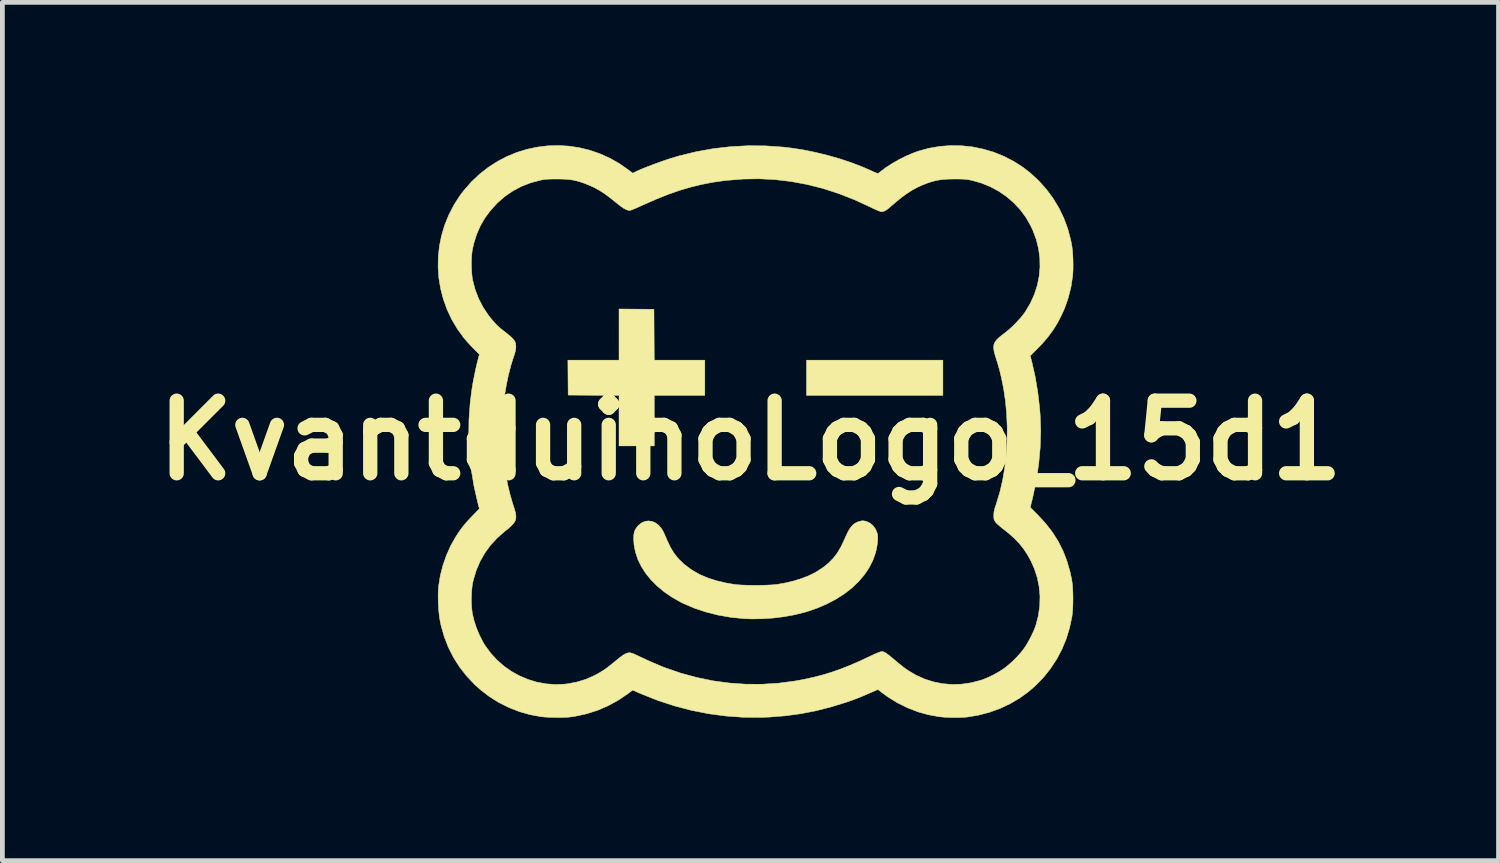
<source format=kicad_pcb>
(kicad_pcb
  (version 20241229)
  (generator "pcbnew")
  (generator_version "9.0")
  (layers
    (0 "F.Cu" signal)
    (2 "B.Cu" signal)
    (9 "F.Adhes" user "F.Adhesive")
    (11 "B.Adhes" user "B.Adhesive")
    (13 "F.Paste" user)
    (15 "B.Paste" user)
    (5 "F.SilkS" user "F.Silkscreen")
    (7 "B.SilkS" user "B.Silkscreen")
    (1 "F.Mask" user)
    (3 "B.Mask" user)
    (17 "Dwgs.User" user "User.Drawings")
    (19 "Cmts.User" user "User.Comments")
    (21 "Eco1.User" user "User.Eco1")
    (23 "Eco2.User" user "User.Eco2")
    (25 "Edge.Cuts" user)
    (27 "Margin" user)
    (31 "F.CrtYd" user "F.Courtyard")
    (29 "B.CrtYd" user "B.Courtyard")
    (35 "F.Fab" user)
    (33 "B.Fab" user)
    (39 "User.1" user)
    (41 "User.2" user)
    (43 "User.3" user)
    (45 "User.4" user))
  (footprint "KvantduinoLogo_15d1"
    (layer "F.Cu")
    (at 12.707 6.198)
    (property "Reference" "KvantduinoLogo_15d1" (at 0 0 0) (layer "F.SilkS") (effects (font (size 1.524 1.524) (thickness 0.3))))
    (attr through_hole)
    (fp_poly (pts (xy 4.041 -0.947) (xy 1.178 -0.947) (xy 1.178 -1.686) (xy 4.041 -1.686) (xy 4.041 -0.947)) (stroke (width 0.01) (type solid)) (fill yes) (layer "F.SilkS"))
    (fp_poly (pts (xy -2.393 -2.757) (xy -2.026 -2.754) (xy -2.023 -2.22) (xy -2.02 -1.686) (xy -0.958 -1.686) (xy -0.958 -0.947) (xy -2.02 -0.947) (xy -2.02 0.115) (xy -2.759 0.115) (xy -2.759 -0.946) (xy -3.293 -0.949) (xy -3.827 -0.953) (xy -3.83 -1.319) (xy -3.833 -1.686) (xy -2.759 -1.686) (xy -2.759 -2.76) (xy -2.393 -2.757)) (stroke (width 0.01) (type solid)) (fill yes) (layer "F.SilkS"))
    (fp_poly (pts (xy 2.405 1.693) (xy 2.447 1.705) (xy 2.516 1.739) (xy 2.576 1.792) (xy 2.625 1.859) (xy 2.659 1.939) (xy 2.667 1.97) (xy 2.673 2.021) (xy 2.672 2.087) (xy 2.665 2.163) (xy 2.653 2.245) (xy 2.636 2.324) (xy 2.625 2.364) (xy 2.567 2.526) (xy 2.487 2.681) (xy 2.386 2.828) (xy 2.266 2.968) (xy 2.128 3.099) (xy 1.972 3.22) (xy 1.799 3.331) (xy 1.611 3.43) (xy 1.408 3.518) (xy 1.192 3.593) (xy 1.124 3.612) (xy 0.921 3.662) (xy 0.703 3.701) (xy 0.478 3.729) (xy 0.252 3.744) (xy 0.03 3.748) (xy -0.145 3.741) (xy -0.417 3.713) (xy -0.68 3.667) (xy -0.933 3.603) (xy -1.174 3.523) (xy -1.4 3.427) (xy -1.468 3.393) (xy -1.648 3.291) (xy -1.812 3.178) (xy -1.959 3.056) (xy -2.089 2.926) (xy -2.2 2.788) (xy -2.292 2.644) (xy -2.364 2.496) (xy -2.415 2.343) (xy -2.444 2.187) (xy -2.452 2.061) (xy -2.449 1.982) (xy -2.437 1.919) (xy -2.415 1.866) (xy -2.38 1.816) (xy -2.345 1.778) (xy -2.281 1.728) (xy -2.211 1.698) (xy -2.138 1.69) (xy -2.065 1.7) (xy -1.995 1.73) (xy -1.93 1.779) (xy -1.872 1.845) (xy -1.833 1.909) (xy -1.813 1.951) (xy -1.789 2.006) (xy -1.763 2.065) (xy -1.749 2.098) (xy -1.679 2.245) (xy -1.599 2.376) (xy -1.504 2.493) (xy -1.393 2.599) (xy -1.262 2.698) (xy -1.214 2.73) (xy -1.066 2.814) (xy -0.898 2.886) (xy -0.712 2.946) (xy -0.509 2.994) (xy -0.352 3.021) (xy -0.278 3.03) (xy -0.186 3.036) (xy -0.081 3.04) (xy 0.032 3.042) (xy 0.149 3.043) (xy 0.264 3.041) (xy 0.372 3.037) (xy 0.469 3.032) (xy 0.55 3.024) (xy 0.572 3.021) (xy 0.743 2.99) (xy 0.91 2.95) (xy 1.069 2.901) (xy 1.214 2.845) (xy 1.343 2.783) (xy 1.385 2.759) (xy 1.522 2.67) (xy 1.639 2.576) (xy 1.739 2.474) (xy 1.827 2.359) (xy 1.903 2.23) (xy 1.973 2.081) (xy 1.974 2.08) (xy 2.019 1.978) (xy 2.06 1.896) (xy 2.101 1.832) (xy 2.142 1.782) (xy 2.186 1.745) (xy 2.234 1.719) (xy 2.278 1.703) (xy 2.327 1.69) (xy 2.365 1.687) (xy 2.405 1.693)) (stroke (width 0.01) (type solid)) (fill yes) (layer "F.SilkS"))
    (fp_poly (pts (xy -3.813 -6.18) (xy -3.593 -6.147) (xy -3.374 -6.094) (xy -3.16 -6.02) (xy -2.951 -5.926) (xy -2.748 -5.811) (xy -2.566 -5.683) (xy -2.47 -5.611) (xy -2.425 -5.634) (xy -2.354 -5.668) (xy -2.264 -5.707) (xy -2.16 -5.748) (xy -2.047 -5.792) (xy -1.928 -5.835) (xy -1.807 -5.878) (xy -1.689 -5.917) (xy -1.578 -5.951) (xy -1.501 -5.974) (xy -1.144 -6.061) (xy -0.783 -6.126) (xy -0.418 -6.168) (xy -0.051 -6.188) (xy 0.318 -6.185) (xy 0.686 -6.16) (xy 0.849 -6.141) (xy 1.099 -6.103) (xy 1.356 -6.051) (xy 1.616 -5.988) (xy 1.872 -5.915) (xy 2.119 -5.833) (xy 2.353 -5.743) (xy 2.523 -5.669) (xy 2.582 -5.642) (xy 2.624 -5.623) (xy 2.653 -5.612) (xy 2.674 -5.609) (xy 2.691 -5.613) (xy 2.708 -5.625) (xy 2.73 -5.643) (xy 2.738 -5.65) (xy 2.853 -5.736) (xy 2.985 -5.82) (xy 3.127 -5.901) (xy 3.273 -5.974) (xy 3.418 -6.035) (xy 3.518 -6.072) (xy 3.743 -6.134) (xy 3.972 -6.174) (xy 4.202 -6.192) (xy 4.433 -6.188) (xy 4.662 -6.164) (xy 4.887 -6.118) (xy 5.108 -6.053) (xy 5.321 -5.967) (xy 5.527 -5.861) (xy 5.722 -5.736) (xy 5.871 -5.621) (xy 6.051 -5.455) (xy 6.212 -5.276) (xy 6.354 -5.084) (xy 6.478 -4.881) (xy 6.581 -4.666) (xy 6.664 -4.441) (xy 6.726 -4.207) (xy 6.749 -4.087) (xy 6.76 -4.004) (xy 6.768 -3.904) (xy 6.773 -3.796) (xy 6.775 -3.686) (xy 6.774 -3.582) (xy 6.769 -3.49) (xy 6.767 -3.463) (xy 6.731 -3.224) (xy 6.674 -2.994) (xy 6.597 -2.775) (xy 6.536 -2.638) (xy 6.449 -2.47) (xy 6.354 -2.317) (xy 6.249 -2.174) (xy 6.129 -2.034) (xy 6.024 -1.925) (xy 5.875 -1.778) (xy 5.91 -1.642) (xy 5.98 -1.333) (xy 6.034 -1.011) (xy 6.072 -0.682) (xy 6.084 -0.526) (xy 6.095 -0.191) (xy 6.084 0.15) (xy 6.053 0.495) (xy 6.001 0.842) (xy 5.929 1.188) (xy 5.916 1.242) (xy 5.875 1.405) (xy 6.035 1.566) (xy 6.199 1.743) (xy 6.341 1.927) (xy 6.462 2.118) (xy 6.564 2.319) (xy 6.646 2.532) (xy 6.711 2.758) (xy 6.745 2.915) (xy 6.757 2.998) (xy 6.765 3.098) (xy 6.771 3.209) (xy 6.773 3.326) (xy 6.771 3.441) (xy 6.766 3.551) (xy 6.758 3.648) (xy 6.751 3.699) (xy 6.701 3.936) (xy 6.631 4.166) (xy 6.54 4.386) (xy 6.429 4.595) (xy 6.299 4.793) (xy 6.151 4.978) (xy 5.985 5.149) (xy 5.836 5.278) (xy 5.652 5.411) (xy 5.453 5.528) (xy 5.242 5.627) (xy 5.022 5.707) (xy 4.796 5.767) (xy 4.566 5.806) (xy 4.561 5.807) (xy 4.483 5.814) (xy 4.389 5.818) (xy 4.286 5.818) (xy 4.18 5.816) (xy 4.08 5.812) (xy 3.991 5.804) (xy 3.964 5.801) (xy 3.736 5.76) (xy 3.512 5.697) (xy 3.294 5.612) (xy 3.084 5.508) (xy 2.884 5.384) (xy 2.773 5.303) (xy 2.676 5.229) (xy 2.519 5.298) (xy 2.417 5.342) (xy 2.33 5.379) (xy 2.252 5.411) (xy 2.175 5.44) (xy 2.095 5.468) (xy 2.009 5.498) (xy 1.684 5.598) (xy 1.365 5.679) (xy 1.046 5.74) (xy 0.724 5.783) (xy 0.394 5.809) (xy 0.219 5.815) (xy -0.147 5.813) (xy -0.512 5.787) (xy -0.875 5.739) (xy -1.236 5.668) (xy -1.594 5.574) (xy -1.947 5.459) (xy -2.296 5.32) (xy -2.393 5.278) (xy -2.471 5.242) (xy -2.578 5.321) (xy -2.781 5.458) (xy -2.993 5.573) (xy -3.214 5.668) (xy -3.441 5.74) (xy -3.675 5.791) (xy -3.787 5.807) (xy -3.854 5.813) (xy -3.939 5.816) (xy -4.033 5.817) (xy -4.132 5.816) (xy -4.229 5.813) (xy -4.317 5.808) (xy -4.39 5.801) (xy -4.399 5.8) (xy -4.631 5.757) (xy -4.858 5.692) (xy -5.078 5.606) (xy -5.288 5.5) (xy -5.488 5.374) (xy -5.676 5.229) (xy -5.794 5.122) (xy -5.961 4.944) (xy -6.109 4.755) (xy -6.236 4.555) (xy -6.343 4.343) (xy -6.429 4.121) (xy -6.495 3.889) (xy -6.518 3.779) (xy -6.534 3.675) (xy -6.546 3.556) (xy -6.554 3.43) (xy -6.557 3.304) (xy -6.556 3.185) (xy -6.549 3.079) (xy -6.547 3.059) (xy -6.512 2.84) (xy -6.457 2.623) (xy -6.383 2.412) (xy -6.293 2.21) (xy -6.189 2.027) (xy -6.128 1.932) (xy -6.069 1.849) (xy -6.007 1.771) (xy -5.939 1.692) (xy -5.858 1.606) (xy -5.839 1.586) (xy -5.691 1.434) (xy -5.726 1.303) (xy -5.803 0.967) (xy -5.86 0.622) (xy -5.897 0.271) (xy -5.914 -0.082) (xy -5.91 -0.435) (xy -5.885 -0.785) (xy -5.852 -1.051) (xy -5.83 -1.189) (xy -5.802 -1.334) (xy -5.773 -1.478) (xy -5.742 -1.612) (xy -5.727 -1.672) (xy -5.691 -1.806) (xy -5.817 -1.933) (xy -5.869 -1.987) (xy -5.922 -2.044) (xy -5.971 -2.099) (xy -6.01 -2.145) (xy -6.017 -2.153) (xy -6.155 -2.344) (xy -6.273 -2.544) (xy -6.371 -2.752) (xy -6.448 -2.967) (xy -6.505 -3.186) (xy -6.542 -3.409) (xy -6.558 -3.633) (xy -6.557 -3.716) (xy -5.859 -3.716) (xy -5.857 -3.608) (xy -5.851 -3.505) (xy -5.841 -3.414) (xy -5.832 -3.363) (xy -5.779 -3.163) (xy -5.707 -2.976) (xy -5.615 -2.799) (xy -5.503 -2.63) (xy -5.431 -2.54) (xy -5.376 -2.476) (xy -5.328 -2.425) (xy -5.28 -2.38) (xy -5.224 -2.333) (xy -5.178 -2.297) (xy -5.101 -2.236) (xy -5.041 -2.186) (xy -4.996 -2.144) (xy -4.964 -2.106) (xy -4.943 -2.071) (xy -4.931 -2.035) (xy -4.926 -1.996) (xy -4.925 -1.963) (xy -4.928 -1.919) (xy -4.937 -1.87) (xy -4.954 -1.811) (xy -4.975 -1.749) (xy -5.031 -1.57) (xy -5.082 -1.372) (xy -5.126 -1.161) (xy -5.163 -0.941) (xy -5.191 -0.717) (xy -5.208 -0.531) (xy -5.213 -0.432) (xy -5.216 -0.316) (xy -5.216 -0.19) (xy -5.215 -0.06) (xy -5.211 0.069) (xy -5.205 0.191) (xy -5.197 0.3) (xy -5.19 0.369) (xy -5.164 0.564) (xy -5.131 0.758) (xy -5.093 0.947) (xy -5.05 1.125) (xy -5.004 1.287) (xy -4.988 1.339) (xy -4.957 1.435) (xy -4.935 1.514) (xy -4.924 1.58) (xy -4.925 1.635) (xy -4.938 1.685) (xy -4.966 1.732) (xy -5.008 1.78) (xy -5.067 1.834) (xy -5.143 1.897) (xy -5.161 1.911) (xy -5.32 2.051) (xy -5.459 2.202) (xy -5.578 2.365) (xy -5.677 2.54) (xy -5.757 2.727) (xy -5.817 2.926) (xy -5.832 2.99) (xy -5.845 3.074) (xy -5.854 3.174) (xy -5.859 3.283) (xy -5.859 3.394) (xy -5.854 3.5) (xy -5.844 3.595) (xy -5.838 3.637) (xy -5.803 3.784) (xy -5.753 3.937) (xy -5.69 4.088) (xy -5.618 4.229) (xy -5.572 4.306) (xy -5.454 4.466) (xy -5.321 4.611) (xy -5.174 4.74) (xy -5.014 4.852) (xy -4.844 4.945) (xy -4.665 5.02) (xy -4.479 5.076) (xy -4.287 5.111) (xy -4.093 5.125) (xy -3.896 5.117) (xy -3.833 5.109) (xy -3.64 5.072) (xy -3.456 5.016) (xy -3.278 4.937) (xy -3.208 4.9) (xy -3.144 4.863) (xy -3.084 4.825) (xy -3.023 4.783) (xy -2.958 4.733) (xy -2.884 4.674) (xy -2.823 4.623) (xy -2.746 4.561) (xy -2.682 4.514) (xy -2.629 4.482) (xy -2.584 4.464) (xy -2.546 4.457) (xy -2.541 4.457) (xy -2.506 4.463) (xy -2.456 4.479) (xy -2.401 4.504) (xy -2.304 4.55) (xy -2.2 4.598) (xy -2.095 4.646) (xy -1.992 4.69) (xy -1.898 4.73) (xy -1.818 4.763) (xy -1.794 4.772) (xy -1.46 4.887) (xy -1.124 4.978) (xy -0.784 5.048) (xy -0.442 5.094) (xy -0.099 5.118) (xy 0.246 5.119) (xy 0.59 5.097) (xy 0.934 5.052) (xy 1.126 5.017) (xy 1.324 4.973) (xy 1.515 4.924) (xy 1.703 4.867) (xy 1.891 4.801) (xy 2.084 4.725) (xy 2.287 4.637) (xy 2.499 4.538) (xy 2.584 4.498) (xy 2.652 4.468) (xy 2.703 4.448) (xy 2.739 4.436) (xy 2.76 4.433) (xy 2.78 4.435) (xy 2.802 4.442) (xy 2.828 4.454) (xy 2.86 4.475) (xy 2.9 4.505) (xy 2.952 4.546) (xy 3.017 4.6) (xy 3.056 4.634) (xy 3.115 4.683) (xy 3.178 4.733) (xy 3.238 4.779) (xy 3.29 4.816) (xy 3.307 4.828) (xy 3.479 4.93) (xy 3.66 5.011) (xy 3.847 5.07) (xy 4.039 5.108) (xy 4.234 5.124) (xy 4.431 5.118) (xy 4.628 5.09) (xy 4.823 5.04) (xy 4.878 5.022) (xy 4.989 4.977) (xy 5.107 4.92) (xy 5.221 4.856) (xy 5.324 4.789) (xy 5.328 4.786) (xy 5.413 4.719) (xy 5.503 4.639) (xy 5.592 4.55) (xy 5.673 4.461) (xy 5.74 4.376) (xy 5.742 4.373) (xy 5.79 4.302) (xy 5.839 4.217) (xy 5.888 4.125) (xy 5.933 4.032) (xy 5.97 3.945) (xy 5.996 3.873) (xy 6.047 3.673) (xy 6.075 3.472) (xy 6.08 3.272) (xy 6.063 3.075) (xy 6.023 2.881) (xy 5.961 2.691) (xy 5.893 2.537) (xy 5.819 2.403) (xy 5.739 2.281) (xy 5.649 2.168) (xy 5.546 2.06) (xy 5.427 1.953) (xy 5.301 1.853) (xy 5.252 1.814) (xy 5.206 1.774) (xy 5.168 1.739) (xy 5.145 1.712) (xy 5.144 1.711) (xy 5.126 1.682) (xy 5.115 1.657) (xy 5.111 1.627) (xy 5.11 1.584) (xy 5.11 1.572) (xy 5.111 1.534) (xy 5.115 1.497) (xy 5.124 1.457) (xy 5.137 1.408) (xy 5.158 1.346) (xy 5.169 1.31) (xy 5.24 1.075) (xy 5.298 0.824) (xy 5.342 0.56) (xy 5.373 0.287) (xy 5.389 0.008) (xy 5.392 -0.273) (xy 5.38 -0.554) (xy 5.354 -0.831) (xy 5.327 -1.02) (xy 5.299 -1.177) (xy 5.266 -1.333) (xy 5.23 -1.482) (xy 5.192 -1.618) (xy 5.165 -1.703) (xy 5.134 -1.801) (xy 5.114 -1.883) (xy 5.106 -1.951) (xy 5.112 -2.01) (xy 5.133 -2.062) (xy 5.17 -2.112) (xy 5.223 -2.164) (xy 5.295 -2.221) (xy 5.327 -2.245) (xy 5.41 -2.311) (xy 5.498 -2.39) (xy 5.584 -2.476) (xy 5.665 -2.565) (xy 5.735 -2.65) (xy 5.771 -2.701) (xy 5.877 -2.879) (xy 5.961 -3.063) (xy 6.022 -3.252) (xy 6.062 -3.444) (xy 6.08 -3.639) (xy 6.076 -3.835) (xy 6.049 -4.03) (xy 6.001 -4.224) (xy 5.929 -4.415) (xy 5.886 -4.506) (xy 5.787 -4.68) (xy 5.669 -4.84) (xy 5.534 -4.985) (xy 5.385 -5.115) (xy 5.221 -5.229) (xy 5.045 -5.324) (xy 4.859 -5.401) (xy 4.662 -5.458) (xy 4.611 -5.469) (xy 4.564 -5.477) (xy 4.514 -5.483) (xy 4.454 -5.487) (xy 4.382 -5.489) (xy 4.291 -5.489) (xy 4.278 -5.489) (xy 4.161 -5.487) (xy 4.061 -5.482) (xy 3.972 -5.471) (xy 3.889 -5.455) (xy 3.805 -5.433) (xy 3.714 -5.403) (xy 3.703 -5.399) (xy 3.594 -5.356) (xy 3.49 -5.307) (xy 3.388 -5.251) (xy 3.286 -5.185) (xy 3.179 -5.107) (xy 3.065 -5.015) (xy 2.94 -4.908) (xy 2.921 -4.891) (xy 2.862 -4.844) (xy 2.811 -4.815) (xy 2.763 -4.803) (xy 2.749 -4.803) (xy 2.728 -4.808) (xy 2.689 -4.822) (xy 2.638 -4.844) (xy 2.577 -4.872) (xy 2.521 -4.899) (xy 2.188 -5.053) (xy 1.855 -5.183) (xy 1.523 -5.291) (xy 1.189 -5.375) (xy 0.854 -5.437) (xy 0.518 -5.477) (xy 0.179 -5.494) (xy -0.162 -5.488) (xy -0.507 -5.46) (xy -0.551 -5.455) (xy -0.789 -5.421) (xy -1.021 -5.376) (xy -1.251 -5.32) (xy -1.482 -5.252) (xy -1.718 -5.17) (xy -1.962 -5.073) (xy -2.218 -4.961) (xy -2.239 -4.952) (xy -2.311 -4.919) (xy -2.378 -4.889) (xy -2.437 -4.864) (xy -2.484 -4.845) (xy -2.515 -4.833) (xy -2.524 -4.831) (xy -2.559 -4.83) (xy -2.6 -4.843) (xy -2.65 -4.868) (xy -2.71 -4.908) (xy -2.783 -4.963) (xy -2.834 -5.005) (xy -2.953 -5.1) (xy -3.062 -5.18) (xy -3.166 -5.248) (xy -3.269 -5.305) (xy -3.377 -5.355) (xy -3.471 -5.393) (xy -3.562 -5.425) (xy -3.645 -5.449) (xy -3.726 -5.467) (xy -3.81 -5.479) (xy -3.904 -5.486) (xy -4.013 -5.489) (xy -4.064 -5.489) (xy -4.151 -5.489) (xy -4.219 -5.487) (xy -4.274 -5.485) (xy -4.321 -5.48) (xy -4.364 -5.474) (xy -4.408 -5.465) (xy -4.418 -5.463) (xy -4.619 -5.408) (xy -4.809 -5.334) (xy -4.988 -5.239) (xy -5.153 -5.126) (xy -5.306 -4.994) (xy -5.323 -4.976) (xy -5.461 -4.825) (xy -5.578 -4.667) (xy -5.674 -4.5) (xy -5.751 -4.322) (xy -5.81 -4.132) (xy -5.839 -4) (xy -5.85 -3.919) (xy -5.857 -3.822) (xy -5.859 -3.716) (xy -6.557 -3.716) (xy -6.554 -3.859) (xy -6.53 -4.083) (xy -6.485 -4.304) (xy -6.42 -4.522) (xy -6.334 -4.734) (xy -6.228 -4.94) (xy -6.102 -5.137) (xy -6.014 -5.253) (xy -5.856 -5.432) (xy -5.686 -5.592) (xy -5.505 -5.734) (xy -5.313 -5.857) (xy -5.114 -5.962) (xy -4.907 -6.047) (xy -4.694 -6.113) (xy -4.477 -6.159) (xy -4.257 -6.186) (xy -4.035 -6.193) (xy -3.813 -6.18)) (stroke (width 0.01) (type solid)) (fill yes) (layer "F.SilkS")))
  (gr_rect
    (start -3 -3)
    (end 28.415 15.021)
    (stroke (width 0.1) (type default))
    (fill no)
    (layer "Edge.Cuts")))
</source>
